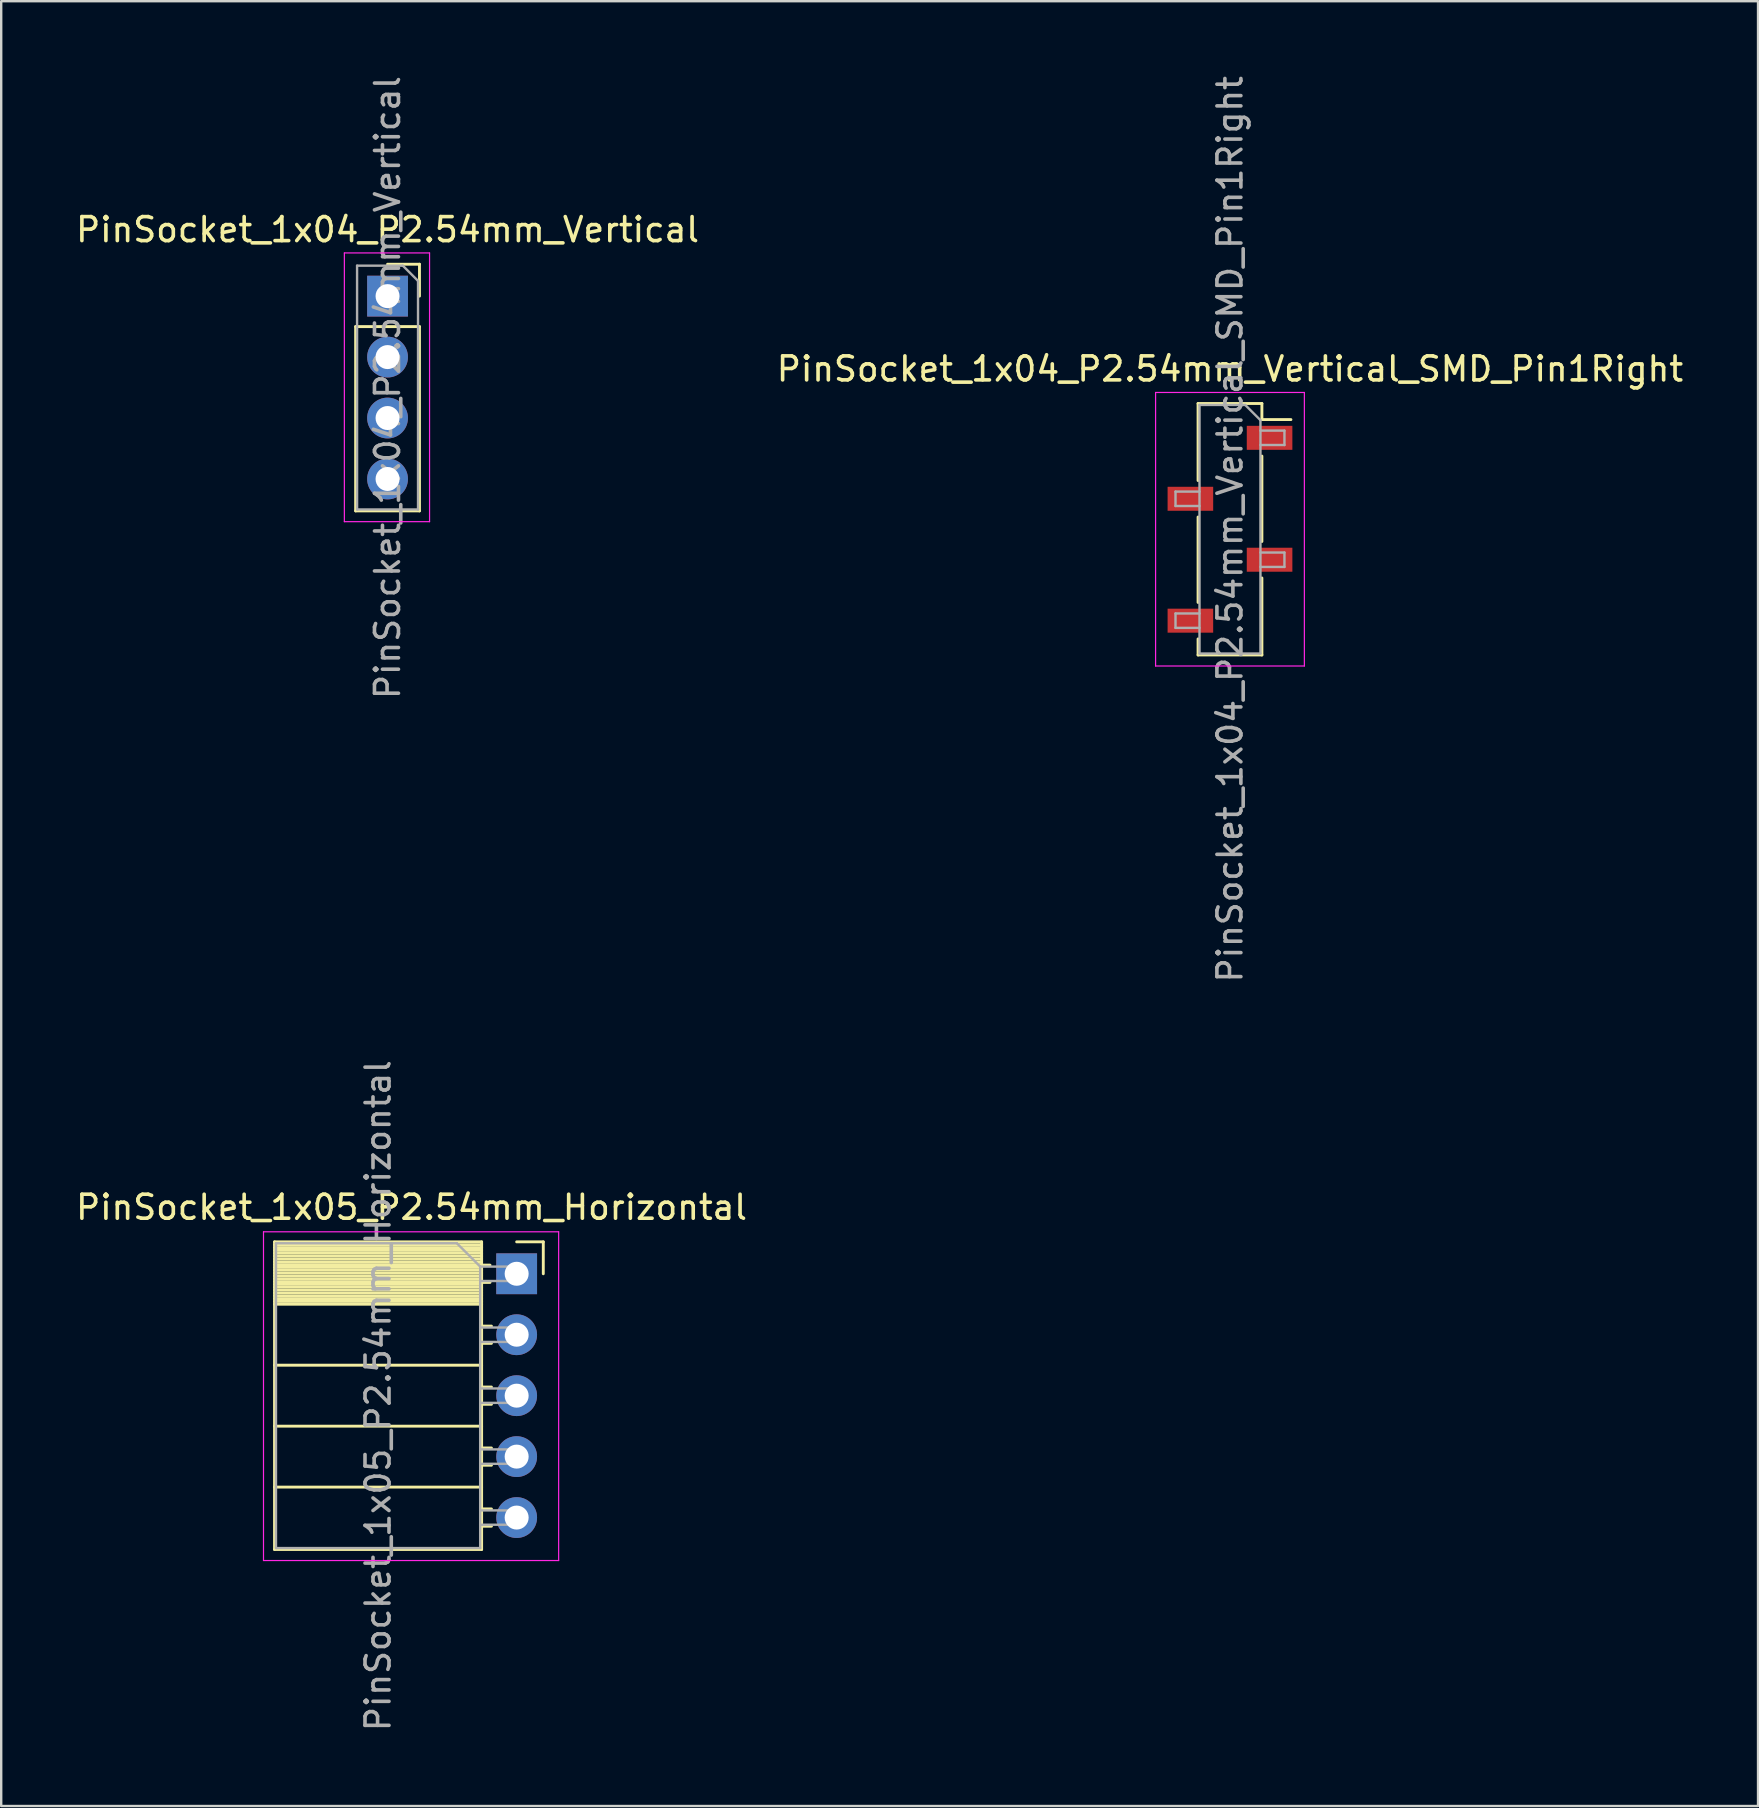
<source format=kicad_pcb>
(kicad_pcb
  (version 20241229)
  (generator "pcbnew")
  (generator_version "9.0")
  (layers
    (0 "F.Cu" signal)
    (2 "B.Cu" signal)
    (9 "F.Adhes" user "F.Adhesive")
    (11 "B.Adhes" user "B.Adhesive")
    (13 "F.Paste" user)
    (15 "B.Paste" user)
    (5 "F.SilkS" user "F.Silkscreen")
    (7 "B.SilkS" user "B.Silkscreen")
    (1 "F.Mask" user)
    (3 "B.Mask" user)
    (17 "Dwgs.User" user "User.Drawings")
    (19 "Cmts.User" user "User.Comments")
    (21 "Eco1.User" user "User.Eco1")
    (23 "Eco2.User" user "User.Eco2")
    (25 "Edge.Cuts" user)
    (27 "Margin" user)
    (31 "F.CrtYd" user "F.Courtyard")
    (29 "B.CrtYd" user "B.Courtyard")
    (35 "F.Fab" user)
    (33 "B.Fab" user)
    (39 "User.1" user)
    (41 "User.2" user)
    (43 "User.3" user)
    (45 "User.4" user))
  (footprint "PinSocket_1x04_P2.54mm_Vertical"
    (layer "F.Cu")
    (at 13.101 9.291)
    (property "Reference" "PinSocket_1x04_P2.54mm_Vertical" (at 0 -2.77 0) (layer "F.SilkS") (effects (font (size 1 1) (thickness 0.15))))
    (attr through_hole)
    (fp_line (start -1.33 1.27) (end -1.33 8.95) (stroke (width 0.12) (type solid)) (layer "F.SilkS"))
    (fp_line (start -1.33 1.27) (end 1.33 1.27) (stroke (width 0.12) (type solid)) (layer "F.SilkS"))
    (fp_line (start -1.33 8.95) (end 1.33 8.95) (stroke (width 0.12) (type solid)) (layer "F.SilkS"))
    (fp_line (start 0 -1.33) (end 1.33 -1.33) (stroke (width 0.12) (type solid)) (layer "F.SilkS"))
    (fp_line (start 1.33 -1.33) (end 1.33 0) (stroke (width 0.12) (type solid)) (layer "F.SilkS"))
    (fp_line (start 1.33 1.27) (end 1.33 8.95) (stroke (width 0.12) (type solid)) (layer "F.SilkS"))
    (fp_line (start -1.8 -1.8) (end 1.75 -1.8) (stroke (width 0.05) (type solid)) (layer "F.CrtYd"))
    (fp_line (start -1.8 9.4) (end -1.8 -1.8) (stroke (width 0.05) (type solid)) (layer "F.CrtYd"))
    (fp_line (start 1.75 -1.8) (end 1.75 9.4) (stroke (width 0.05) (type solid)) (layer "F.CrtYd"))
    (fp_line (start 1.75 9.4) (end -1.8 9.4) (stroke (width 0.05) (type solid)) (layer "F.CrtYd"))
    (fp_line (start -1.27 -1.27) (end 0.635 -1.27) (stroke (width 0.1) (type solid)) (layer "F.Fab"))
    (fp_line (start -1.27 8.89) (end -1.27 -1.27) (stroke (width 0.1) (type solid)) (layer "F.Fab"))
    (fp_line (start 0.635 -1.27) (end 1.27 -0.635) (stroke (width 0.1) (type solid)) (layer "F.Fab"))
    (fp_line (start 1.27 -0.635) (end 1.27 8.89) (stroke (width 0.1) (type solid)) (layer "F.Fab"))
    (fp_line (start 1.27 8.89) (end -1.27 8.89) (stroke (width 0.1) (type solid)) (layer "F.Fab"))
    (fp_text user "${REFERENCE}" (at 0 3.81 90) (layer "F.Fab") (effects (font (size 1 1) (thickness 0.15))))
    (pad "1" thru_hole rect (at 0 0) (size 1.7 1.7) (drill 1) (layers "*.Cu" "*.Mask"))
    (pad "2" thru_hole oval (at 0 2.54) (size 1.7 1.7) (drill 1) (layers "*.Cu" "*.Mask"))
    (pad "3" thru_hole oval (at 0 5.08) (size 1.7 1.7) (drill 1) (layers "*.Cu" "*.Mask"))
    (pad "4" thru_hole oval (at 0 7.62) (size 1.7 1.7) (drill 1) (layers "*.Cu" "*.Mask")))
  (footprint "PinSocket_1x05_P2.54mm_Horizontal"
    (layer "F.Cu")
    (at 18.481 50.033)
    (property "Reference" "PinSocket_1x05_P2.54mm_Horizontal" (at -4.38 -2.77 0) (layer "F.SilkS") (effects (font (size 1 1) (thickness 0.15))))
    (attr through_hole)
    (fp_line (start -10.09 -1.33) (end -10.09 11.49) (stroke (width 0.12) (type solid)) (layer "F.SilkS"))
    (fp_line (start -10.09 -1.33) (end -1.46 -1.33) (stroke (width 0.12) (type solid)) (layer "F.SilkS"))
    (fp_line (start -10.09 -1.21) (end -1.46 -1.21) (stroke (width 0.12) (type solid)) (layer "F.SilkS"))
    (fp_line (start -10.09 -1.092) (end -1.46 -1.092) (stroke (width 0.12) (type solid)) (layer "F.SilkS"))
    (fp_line (start -10.09 -0.974) (end -1.46 -0.974) (stroke (width 0.12) (type solid)) (layer "F.SilkS"))
    (fp_line (start -10.09 -0.856) (end -1.46 -0.856) (stroke (width 0.12) (type solid)) (layer "F.SilkS"))
    (fp_line (start -10.09 -0.738) (end -1.46 -0.738) (stroke (width 0.12) (type solid)) (layer "F.SilkS"))
    (fp_line (start -10.09 -0.62) (end -1.46 -0.62) (stroke (width 0.12) (type solid)) (layer "F.SilkS"))
    (fp_line (start -10.09 -0.501) (end -1.46 -0.501) (stroke (width 0.12) (type solid)) (layer "F.SilkS"))
    (fp_line (start -10.09 -0.383) (end -1.46 -0.383) (stroke (width 0.12) (type solid)) (layer "F.SilkS"))
    (fp_line (start -10.09 -0.265) (end -1.46 -0.265) (stroke (width 0.12) (type solid)) (layer "F.SilkS"))
    (fp_line (start -10.09 -0.147) (end -1.46 -0.147) (stroke (width 0.12) (type solid)) (layer "F.SilkS"))
    (fp_line (start -10.09 -0.029) (end -1.46 -0.029) (stroke (width 0.12) (type solid)) (layer "F.SilkS"))
    (fp_line (start -10.09 0.089) (end -1.46 0.089) (stroke (width 0.12) (type solid)) (layer "F.SilkS"))
    (fp_line (start -10.09 0.207) (end -1.46 0.207) (stroke (width 0.12) (type solid)) (layer "F.SilkS"))
    (fp_line (start -10.09 0.325) (end -1.46 0.325) (stroke (width 0.12) (type solid)) (layer "F.SilkS"))
    (fp_line (start -10.09 0.443) (end -1.46 0.443) (stroke (width 0.12) (type solid)) (layer "F.SilkS"))
    (fp_line (start -10.09 0.561) (end -1.46 0.561) (stroke (width 0.12) (type solid)) (layer "F.SilkS"))
    (fp_line (start -10.09 0.68) (end -1.46 0.68) (stroke (width 0.12) (type solid)) (layer "F.SilkS"))
    (fp_line (start -10.09 0.798) (end -1.46 0.798) (stroke (width 0.12) (type solid)) (layer "F.SilkS"))
    (fp_line (start -10.09 0.916) (end -1.46 0.916) (stroke (width 0.12) (type solid)) (layer "F.SilkS"))
    (fp_line (start -10.09 1.034) (end -1.46 1.034) (stroke (width 0.12) (type solid)) (layer "F.SilkS"))
    (fp_line (start -10.09 1.152) (end -1.46 1.152) (stroke (width 0.12) (type solid)) (layer "F.SilkS"))
    (fp_line (start -10.09 1.27) (end -1.46 1.27) (stroke (width 0.12) (type solid)) (layer "F.SilkS"))
    (fp_line (start -10.09 3.81) (end -1.46 3.81) (stroke (width 0.12) (type solid)) (layer "F.SilkS"))
    (fp_line (start -10.09 6.35) (end -1.46 6.35) (stroke (width 0.12) (type solid)) (layer "F.SilkS"))
    (fp_line (start -10.09 8.89) (end -1.46 8.89) (stroke (width 0.12) (type solid)) (layer "F.SilkS"))
    (fp_line (start -10.09 11.49) (end -1.46 11.49) (stroke (width 0.12) (type solid)) (layer "F.SilkS"))
    (fp_line (start -1.46 -1.33) (end -1.46 11.49) (stroke (width 0.12) (type solid)) (layer "F.SilkS"))
    (fp_line (start -1.46 -0.36) (end -1.11 -0.36) (stroke (width 0.12) (type solid)) (layer "F.SilkS"))
    (fp_line (start -1.46 0.36) (end -1.11 0.36) (stroke (width 0.12) (type solid)) (layer "F.SilkS"))
    (fp_line (start -1.46 2.18) (end -1.05 2.18) (stroke (width 0.12) (type solid)) (layer "F.SilkS"))
    (fp_line (start -1.46 2.9) (end -1.05 2.9) (stroke (width 0.12) (type solid)) (layer "F.SilkS"))
    (fp_line (start -1.46 4.72) (end -1.05 4.72) (stroke (width 0.12) (type solid)) (layer "F.SilkS"))
    (fp_line (start -1.46 5.44) (end -1.05 5.44) (stroke (width 0.12) (type solid)) (layer "F.SilkS"))
    (fp_line (start -1.46 7.26) (end -1.05 7.26) (stroke (width 0.12) (type solid)) (layer "F.SilkS"))
    (fp_line (start -1.46 7.98) (end -1.05 7.98) (stroke (width 0.12) (type solid)) (layer "F.SilkS"))
    (fp_line (start -1.46 9.8) (end -1.05 9.8) (stroke (width 0.12) (type solid)) (layer "F.SilkS"))
    (fp_line (start -1.46 10.52) (end -1.05 10.52) (stroke (width 0.12) (type solid)) (layer "F.SilkS"))
    (fp_line (start 0 -1.33) (end 1.11 -1.33) (stroke (width 0.12) (type solid)) (layer "F.SilkS"))
    (fp_line (start 1.11 -1.33) (end 1.11 0) (stroke (width 0.12) (type solid)) (layer "F.SilkS"))
    (fp_line (start -10.55 -1.75) (end -10.55 11.95) (stroke (width 0.05) (type solid)) (layer "F.CrtYd"))
    (fp_line (start -10.55 11.95) (end 1.75 11.95) (stroke (width 0.05) (type solid)) (layer "F.CrtYd"))
    (fp_line (start 1.75 -1.75) (end -10.55 -1.75) (stroke (width 0.05) (type solid)) (layer "F.CrtYd"))
    (fp_line (start 1.75 11.95) (end 1.75 -1.75) (stroke (width 0.05) (type solid)) (layer "F.CrtYd"))
    (fp_line (start -10.03 -1.27) (end -2.49 -1.27) (stroke (width 0.1) (type solid)) (layer "F.Fab"))
    (fp_line (start -10.03 11.43) (end -10.03 -1.27) (stroke (width 0.1) (type solid)) (layer "F.Fab"))
    (fp_line (start -2.49 -1.27) (end -1.52 -0.3) (stroke (width 0.1) (type solid)) (layer "F.Fab"))
    (fp_line (start -1.52 -0.3) (end -1.52 11.43) (stroke (width 0.1) (type solid)) (layer "F.Fab"))
    (fp_line (start -1.52 0.3) (end 0 0.3) (stroke (width 0.1) (type solid)) (layer "F.Fab"))
    (fp_line (start -1.52 2.84) (end 0 2.84) (stroke (width 0.1) (type solid)) (layer "F.Fab"))
    (fp_line (start -1.52 5.38) (end 0 5.38) (stroke (width 0.1) (type solid)) (layer "F.Fab"))
    (fp_line (start -1.52 7.92) (end 0 7.92) (stroke (width 0.1) (type solid)) (layer "F.Fab"))
    (fp_line (start -1.52 10.46) (end 0 10.46) (stroke (width 0.1) (type solid)) (layer "F.Fab"))
    (fp_line (start -1.52 11.43) (end -10.03 11.43) (stroke (width 0.1) (type solid)) (layer "F.Fab"))
    (fp_line (start 0 -0.3) (end -1.52 -0.3) (stroke (width 0.1) (type solid)) (layer "F.Fab"))
    (fp_line (start 0 0.3) (end 0 -0.3) (stroke (width 0.1) (type solid)) (layer "F.Fab"))
    (fp_line (start 0 2.24) (end -1.52 2.24) (stroke (width 0.1) (type solid)) (layer "F.Fab"))
    (fp_line (start 0 2.84) (end 0 2.24) (stroke (width 0.1) (type solid)) (layer "F.Fab"))
    (fp_line (start 0 4.78) (end -1.52 4.78) (stroke (width 0.1) (type solid)) (layer "F.Fab"))
    (fp_line (start 0 5.38) (end 0 4.78) (stroke (width 0.1) (type solid)) (layer "F.Fab"))
    (fp_line (start 0 7.32) (end -1.52 7.32) (stroke (width 0.1) (type solid)) (layer "F.Fab"))
    (fp_line (start 0 7.92) (end 0 7.32) (stroke (width 0.1) (type solid)) (layer "F.Fab"))
    (fp_line (start 0 9.86) (end -1.52 9.86) (stroke (width 0.1) (type solid)) (layer "F.Fab"))
    (fp_line (start 0 10.46) (end 0 9.86) (stroke (width 0.1) (type solid)) (layer "F.Fab"))
    (fp_text user "${REFERENCE}" (at -5.775 5.08 90) (layer "F.Fab") (effects (font (size 1 1) (thickness 0.15))))
    (pad "1" thru_hole rect (at 0 0) (size 1.7 1.7) (drill 1) (layers "*.Cu" "*.Mask"))
    (pad "2" thru_hole oval (at 0 2.54) (size 1.7 1.7) (drill 1) (layers "*.Cu" "*.Mask"))
    (pad "3" thru_hole oval (at 0 5.08) (size 1.7 1.7) (drill 1) (layers "*.Cu" "*.Mask"))
    (pad "4" thru_hole oval (at 0 7.62) (size 1.7 1.7) (drill 1) (layers "*.Cu" "*.Mask"))
    (pad "5" thru_hole oval (at 0 10.16) (size 1.7 1.7) (drill 1) (layers "*.Cu" "*.Mask")))
  (footprint "PinSocket_1x04_P2.54mm_Vertical_SMD_Pin1Right"
    (layer "F.Cu")
    (at 48.208 19.006)
    (property "Reference" "PinSocket_1x04_P2.54mm_Vertical_SMD_Pin1Right" (at 0 -6.68 0) (layer "F.SilkS") (effects (font (size 1 1) (thickness 0.15))))
    (attr smd)
    (fp_line (start -1.33 -5.24) (end -1.33 -2.03) (stroke (width 0.12) (type solid)) (layer "F.SilkS"))
    (fp_line (start -1.33 -5.24) (end 1.33 -5.24) (stroke (width 0.12) (type solid)) (layer "F.SilkS"))
    (fp_line (start -1.33 -0.51) (end -1.33 3.05) (stroke (width 0.12) (type solid)) (layer "F.SilkS"))
    (fp_line (start -1.33 4.57) (end -1.33 5.24) (stroke (width 0.12) (type solid)) (layer "F.SilkS"))
    (fp_line (start -1.33 5.24) (end 1.33 5.24) (stroke (width 0.12) (type solid)) (layer "F.SilkS"))
    (fp_line (start 1.33 -5.24) (end 1.33 -4.57) (stroke (width 0.12) (type solid)) (layer "F.SilkS"))
    (fp_line (start 1.33 -4.57) (end 2.54 -4.57) (stroke (width 0.12) (type solid)) (layer "F.SilkS"))
    (fp_line (start 1.33 -3.05) (end 1.33 0.51) (stroke (width 0.12) (type solid)) (layer "F.SilkS"))
    (fp_line (start 1.33 2.03) (end 1.33 5.24) (stroke (width 0.12) (type solid)) (layer "F.SilkS"))
    (fp_line (start -3.1 -5.7) (end 3.1 -5.7) (stroke (width 0.05) (type solid)) (layer "F.CrtYd"))
    (fp_line (start -3.1 5.7) (end -3.1 -5.7) (stroke (width 0.05) (type solid)) (layer "F.CrtYd"))
    (fp_line (start 3.1 -5.7) (end 3.1 5.7) (stroke (width 0.05) (type solid)) (layer "F.CrtYd"))
    (fp_line (start 3.1 5.7) (end -3.1 5.7) (stroke (width 0.05) (type solid)) (layer "F.CrtYd"))
    (fp_line (start -2.27 -1.57) (end -1.27 -1.57) (stroke (width 0.1) (type solid)) (layer "F.Fab"))
    (fp_line (start -2.27 -0.97) (end -2.27 -1.57) (stroke (width 0.1) (type solid)) (layer "F.Fab"))
    (fp_line (start -2.27 3.51) (end -1.27 3.51) (stroke (width 0.1) (type solid)) (layer "F.Fab"))
    (fp_line (start -2.27 4.11) (end -2.27 3.51) (stroke (width 0.1) (type solid)) (layer "F.Fab"))
    (fp_line (start -1.27 -5.18) (end 0.635 -5.18) (stroke (width 0.1) (type solid)) (layer "F.Fab"))
    (fp_line (start -1.27 -0.97) (end -2.27 -0.97) (stroke (width 0.1) (type solid)) (layer "F.Fab"))
    (fp_line (start -1.27 4.11) (end -2.27 4.11) (stroke (width 0.1) (type solid)) (layer "F.Fab"))
    (fp_line (start -1.27 5.18) (end -1.27 -5.18) (stroke (width 0.1) (type solid)) (layer "F.Fab"))
    (fp_line (start 0.635 -5.18) (end 1.27 -4.545) (stroke (width 0.1) (type solid)) (layer "F.Fab"))
    (fp_line (start 1.27 -4.545) (end 1.27 5.18) (stroke (width 0.1) (type solid)) (layer "F.Fab"))
    (fp_line (start 1.27 -4.11) (end 2.27 -4.11) (stroke (width 0.1) (type solid)) (layer "F.Fab"))
    (fp_line (start 1.27 0.97) (end 2.27 0.97) (stroke (width 0.1) (type solid)) (layer "F.Fab"))
    (fp_line (start 1.27 5.18) (end -1.27 5.18) (stroke (width 0.1) (type solid)) (layer "F.Fab"))
    (fp_line (start 2.27 -4.11) (end 2.27 -3.51) (stroke (width 0.1) (type solid)) (layer "F.Fab"))
    (fp_line (start 2.27 -3.51) (end 1.27 -3.51) (stroke (width 0.1) (type solid)) (layer "F.Fab"))
    (fp_line (start 2.27 0.97) (end 2.27 1.57) (stroke (width 0.1) (type solid)) (layer "F.Fab"))
    (fp_line (start 2.27 1.57) (end 1.27 1.57) (stroke (width 0.1) (type solid)) (layer "F.Fab"))
    (fp_text user "${REFERENCE}" (at 0 0 90) (layer "F.Fab") (effects (font (size 1 1) (thickness 0.15))))
    (pad "1" smd rect (at 1.65 -3.81) (size 1.9 1) (layers "F.Cu" "F.Mask" "F.Paste"))
    (pad "2" smd rect (at -1.65 -1.27) (size 1.9 1) (layers "F.Cu" "F.Mask" "F.Paste"))
    (pad "3" smd rect (at 1.65 1.27) (size 1.9 1) (layers "F.Cu" "F.Mask" "F.Paste"))
    (pad "4" smd rect (at -1.65 3.81) (size 1.9 1) (layers "F.Cu" "F.Mask" "F.Paste")))
  (gr_rect
    (start -3 -3)
    (end 70.214 72.214)
    (stroke (width 0.1) (type default))
    (fill no)
    (layer "Edge.Cuts")))
</source>
